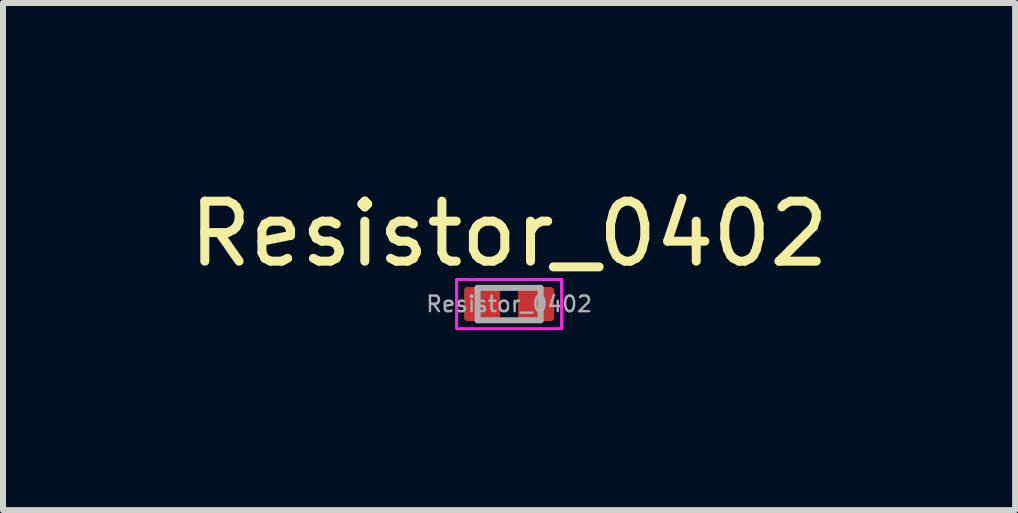
<source format=kicad_pcb>
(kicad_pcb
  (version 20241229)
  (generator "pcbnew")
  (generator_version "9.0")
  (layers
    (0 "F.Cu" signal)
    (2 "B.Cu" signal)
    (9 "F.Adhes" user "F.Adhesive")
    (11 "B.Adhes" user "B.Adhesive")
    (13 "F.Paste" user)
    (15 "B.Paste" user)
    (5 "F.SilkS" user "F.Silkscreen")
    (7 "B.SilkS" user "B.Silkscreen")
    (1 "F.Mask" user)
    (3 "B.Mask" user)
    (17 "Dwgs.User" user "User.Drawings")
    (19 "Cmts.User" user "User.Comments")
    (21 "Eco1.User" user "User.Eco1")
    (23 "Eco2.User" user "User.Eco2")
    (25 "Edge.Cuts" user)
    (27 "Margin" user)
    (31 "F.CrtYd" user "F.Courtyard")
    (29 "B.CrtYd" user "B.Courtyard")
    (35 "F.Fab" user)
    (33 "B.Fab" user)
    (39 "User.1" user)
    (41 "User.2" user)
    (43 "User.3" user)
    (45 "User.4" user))
  (footprint "Resistor_0402"
    (layer "F.Cu")
    (at 5.435 2.018)
    (property "Reference" "Resistor_0402" (at 0 -1.17 0) (layer "F.SilkS") (effects (font (size 1 1) (thickness 0.15))))
    (attr smd)
    (fp_rect (start -0.875 -0.41) (end 0.875 0.41) (stroke (width 0.05) (type default)) (fill no) (layer "F.CrtYd"))
    (fp_line (start -0.525 -0.27) (end 0.525 -0.27) (stroke (width 0.1) (type solid)) (layer "F.Fab"))
    (fp_line (start -0.525 0.27) (end -0.525 -0.27) (stroke (width 0.1) (type solid)) (layer "F.Fab"))
    (fp_line (start 0.525 -0.27) (end 0.525 0.27) (stroke (width 0.1) (type solid)) (layer "F.Fab"))
    (fp_line (start 0.525 0.27) (end -0.525 0.27) (stroke (width 0.1) (type solid)) (layer "F.Fab"))
    (fp_text user "${REFERENCE}" (at 0 0 0) (layer "F.Fab") (effects (font (size 0.26 0.26) (thickness 0.04))))
    (pad "1" smd roundrect (at -0.45 0) (size 0.6 0.57) (layers "F.Cu" "F.Mask" "F.Paste") (roundrect_rratio 0.1))
    (pad "2" smd roundrect (at 0.45 0) (size 0.6 0.57) (layers "F.Cu" "F.Mask" "F.Paste") (roundrect_rratio 0.1)))
  (gr_rect
    (start -3 -3)
    (end 13.869 5.453)
    (stroke (width 0.1) (type default))
    (fill no)
    (layer "Edge.Cuts")))
</source>
